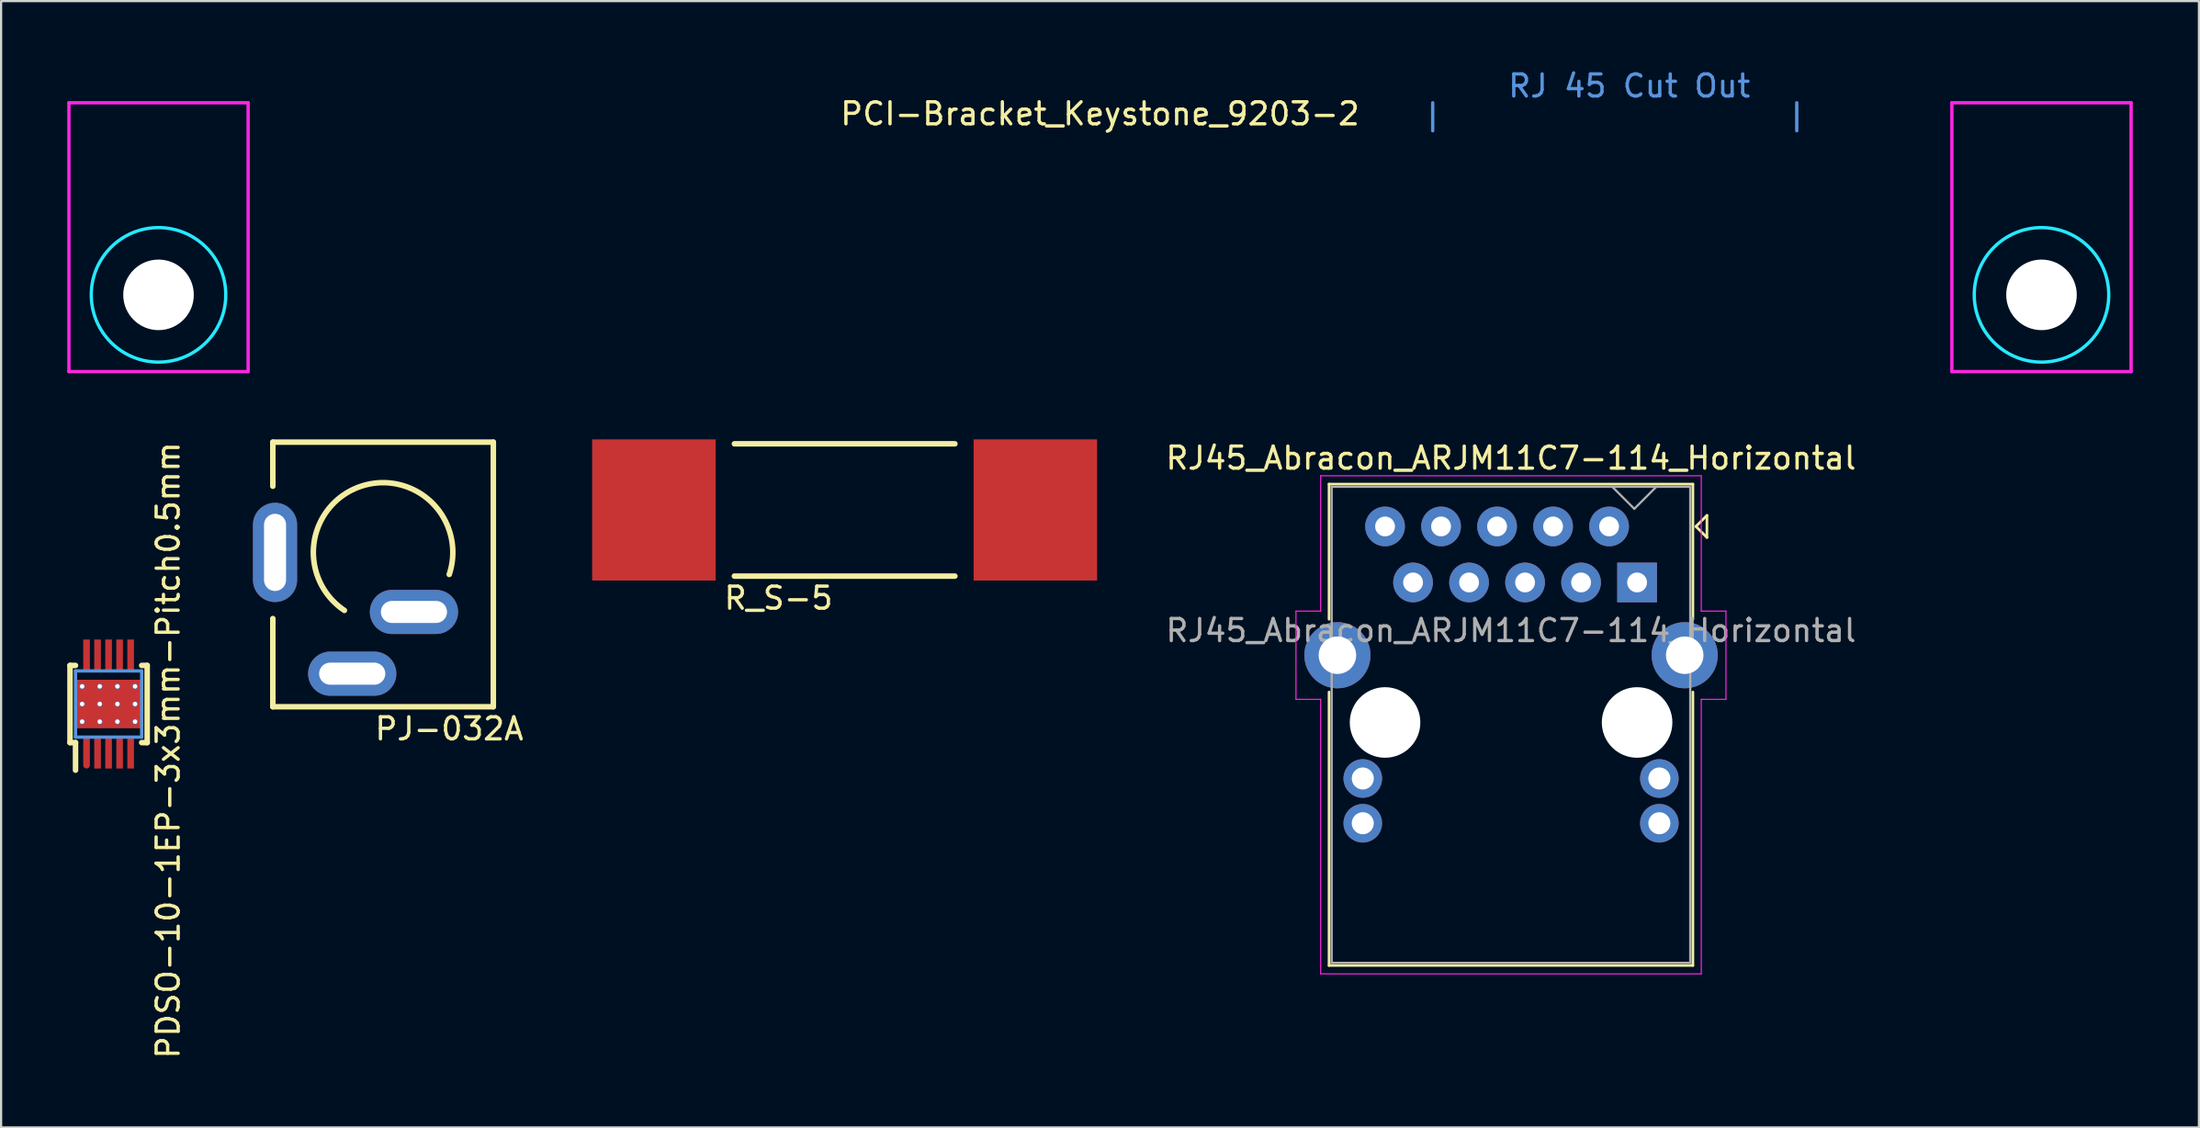
<source format=kicad_pcb>
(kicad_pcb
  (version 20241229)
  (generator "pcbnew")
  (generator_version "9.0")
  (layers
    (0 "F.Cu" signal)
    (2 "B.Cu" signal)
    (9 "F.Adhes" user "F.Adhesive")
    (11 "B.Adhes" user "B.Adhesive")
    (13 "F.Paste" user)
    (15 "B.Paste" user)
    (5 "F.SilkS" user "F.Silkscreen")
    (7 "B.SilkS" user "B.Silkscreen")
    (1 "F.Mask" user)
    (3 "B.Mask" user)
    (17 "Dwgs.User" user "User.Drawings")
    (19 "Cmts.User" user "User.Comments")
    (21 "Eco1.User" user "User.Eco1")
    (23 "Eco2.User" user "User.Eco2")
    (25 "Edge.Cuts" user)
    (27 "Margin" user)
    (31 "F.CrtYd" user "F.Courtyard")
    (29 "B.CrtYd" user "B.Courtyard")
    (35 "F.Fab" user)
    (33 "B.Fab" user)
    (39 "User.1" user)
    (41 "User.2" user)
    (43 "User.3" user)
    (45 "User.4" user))
  (footprint "PCI-Bracket_Keystone_9203-2"
    (layer "F.Cu")
    (at 46.836 1.61)
    (property "Reference" "PCI-Bracket_Keystone_9203-2" (at 0 0.5 0) (layer "F.SilkS") (effects (font (size 1 1) (thickness 0.15))))
    (attr through_hole)
    (fp_line (start 15.088 0) (end 15.088 1.27) (stroke (width 0.15) (type solid)) (layer "Cmts.User"))
    (fp_line (start 31.598 0) (end 31.598 1.27) (stroke (width 0.15) (type solid)) (layer "Cmts.User"))
    (fp_circle (center -42.697 8.712) (end -39.647 8.712) (stroke (width 0.15) (type solid)) (fill no) (layer "B.CrtYd"))
    (fp_circle (center 42.697 8.712) (end 45.747 8.712) (stroke (width 0.15) (type solid)) (fill no) (layer "B.CrtYd"))
    (fp_line (start -46.761 0) (end -46.761 12.192) (stroke (width 0.15) (type solid)) (layer "F.CrtYd"))
    (fp_line (start -46.761 0) (end -38.633 0) (stroke (width 0.15) (type solid)) (layer "F.CrtYd"))
    (fp_line (start -46.761 12.192) (end -38.633 12.192) (stroke (width 0.15) (type solid)) (layer "F.CrtYd"))
    (fp_line (start -38.633 12.192) (end -38.633 0) (stroke (width 0.15) (type solid)) (layer "F.CrtYd"))
    (fp_line (start 38.633 0) (end 38.633 12.192) (stroke (width 0.15) (type solid)) (layer "F.CrtYd"))
    (fp_line (start 38.633 0) (end 46.761 0) (stroke (width 0.15) (type solid)) (layer "F.CrtYd"))
    (fp_line (start 38.633 12.192) (end 46.761 12.192) (stroke (width 0.15) (type solid)) (layer "F.CrtYd"))
    (fp_line (start 46.761 12.192) (end 46.761 0) (stroke (width 0.15) (type solid)) (layer "F.CrtYd"))
    (fp_text user "RJ 45 Cut Out" (at 24.003 -0.762 0) (layer "Cmts.User") (effects (font (size 1 1) (thickness 0.15))))
    (pad "" np_thru_hole circle (at -42.697 8.712) (size 3.2 3.2) (drill 3.2) (layers "*.Cu" "*.Mask"))
    (pad "" np_thru_hole circle (at 42.697 8.712) (size 3.2 3.2) (drill 3.2) (layers "*.Cu" "*.Mask")))
  (footprint "R_S-5"
    (layer "F.Cu")
    (at 35.255 20.077)
    (property "Reference" "R_S-5" (at -3 4 0) (layer "F.SilkS") (effects (font (size 1 1) (thickness 0.15))))
    (attr through_hole)
    (fp_line (start -5 -3) (end 5 -3) (stroke (width 0.25) (type solid)) (layer "F.SilkS"))
    (fp_line (start -5 3) (end 5 3) (stroke (width 0.25) (type solid)) (layer "F.SilkS"))
    (pad "1" smd rect (at -8.65 0) (size 5.6 6.4) (layers "F.Cu" "F.Mask" "F.Paste"))
    (pad "2" smd rect (at 8.65 0) (size 5.6 6.4) (layers "F.Cu" "F.Mask" "F.Paste")))
  (footprint "PDSO-10-1EP-3x3mm-Pitch0.5mm"
    (placed yes)
    (layer "F.Cu")
    (at 1.875 28.878)
    (property "Reference" "PDSO-10-1EP-3x3mm-Pitch0.5mm" (at 2.7 2.1 90) (layer "F.SilkS") (effects (font (size 1 1) (thickness 0.15))))
    (attr through_hole)
    (fp_line (start -1.75 -1.75) (end -1.75 1.75) (stroke (width 0.25) (type solid)) (layer "F.SilkS"))
    (fp_line (start -1.75 1.75) (end -1.5 1.75) (stroke (width 0.25) (type solid)) (layer "F.SilkS"))
    (fp_line (start -1.5 -1.75) (end -1.75 -1.75) (stroke (width 0.25) (type solid)) (layer "F.SilkS"))
    (fp_line (start -1.5 1.75) (end -1.5 3) (stroke (width 0.25) (type solid)) (layer "F.SilkS"))
    (fp_line (start 1.5 -1.75) (end 1.75 -1.75) (stroke (width 0.25) (type solid)) (layer "F.SilkS"))
    (fp_line (start 1.75 -1.75) (end 1.75 1.75) (stroke (width 0.25) (type solid)) (layer "F.SilkS"))
    (fp_line (start 1.75 1.75) (end 1.5 1.75) (stroke (width 0.25) (type solid)) (layer "F.SilkS"))
    (fp_line (start -1.5 -1.5) (end 1.5 -1.5) (stroke (width 0.15) (type solid)) (layer "Cmts.User"))
    (fp_line (start -1.5 1.5) (end -1.5 -1.5) (stroke (width 0.15) (type solid)) (layer "Cmts.User"))
    (fp_line (start 1.5 -1.5) (end 1.5 1.5) (stroke (width 0.15) (type solid)) (layer "Cmts.User"))
    (fp_line (start 1.5 1.5) (end -1.5 1.5) (stroke (width 0.15) (type solid)) (layer "Cmts.User"))
    (pad "1" smd oval (at -1 2.2) (size 0.3 1.45) (layers "F.Cu" "F.Mask" "F.Paste"))
    (pad "2" smd rect (at -0.5 2.2) (size 0.3 1.45) (layers "F.Cu" "F.Mask" "F.Paste"))
    (pad "3" smd rect (at 0 2.2) (size 0.3 1.45) (layers "F.Cu" "F.Mask" "F.Paste"))
    (pad "4" smd rect (at 0.5 2.2) (size 0.3 1.45) (layers "F.Cu" "F.Mask" "F.Paste"))
    (pad "5" smd rect (at 1 2.2) (size 0.3 1.45) (layers "F.Cu" "F.Mask" "F.Paste"))
    (pad "6" smd rect (at 1 -2.2) (size 0.3 1.45) (layers "F.Cu" "F.Mask" "F.Paste"))
    (pad "7" smd rect (at 0.5 -2.2) (size 0.3 1.45) (layers "F.Cu" "F.Mask" "F.Paste"))
    (pad "8" smd rect (at 0 -2.2) (size 0.3 1.45) (layers "F.Cu" "F.Mask" "F.Paste"))
    (pad "9" smd rect (at -0.5 -2.2) (size 0.3 1.45) (layers "F.Cu" "F.Mask" "F.Paste"))
    (pad "10" smd rect (at -1 -2.2) (size 0.3 1.45) (layers "F.Cu" "F.Mask" "F.Paste"))
    (pad "11" thru_hole circle (at -1.2 -0.8) (size 0.25 0.25) (drill 0.2) (layers "*.Cu"))
    (pad "11" thru_hole circle (at -1.2 0) (size 0.25 0.25) (drill 0.2) (layers "*.Cu"))
    (pad "11" thru_hole circle (at -1.2 0.8) (size 0.25 0.25) (drill 0.2) (layers "*.Cu"))
    (pad "11" thru_hole circle (at -0.4 -0.8) (size 0.25 0.25) (drill 0.2) (layers "*.Cu"))
    (pad "11" thru_hole circle (at -0.4 0) (size 0.25 0.25) (drill 0.2) (layers "*.Cu"))
    (pad "11" thru_hole circle (at -0.4 0.8) (size 0.25 0.25) (drill 0.2) (layers "*.Cu"))
    (pad "11" smd rect (at 0 0) (size 1.89 1.83) (layers "F.Cu" "F.Mask" "F.Paste"))
    (pad "11" smd rect (at 0 0) (size 3.1 2.2) (layers "F.Cu"))
    (pad "11" thru_hole circle (at 0.4 -0.8) (size 0.25 0.25) (drill 0.2) (layers "*.Cu"))
    (pad "11" thru_hole circle (at 0.4 0) (size 0.25 0.25) (drill 0.2) (layers "*.Cu"))
    (pad "11" thru_hole circle (at 0.4 0.8) (size 0.25 0.25) (drill 0.2) (layers "*.Cu"))
    (pad "11" thru_hole circle (at 1.2 -0.8) (size 0.25 0.25) (drill 0.2) (layers "*.Cu"))
    (pad "11" thru_hole circle (at 1.2 0) (size 0.25 0.25) (drill 0.2) (layers "*.Cu"))
    (pad "11" thru_hole circle (at 1.2 0.8) (size 0.25 0.25) (drill 0.2) (layers "*.Cu")))
  (footprint "RJ45_Abracon_ARJM11C7-114_Horizontal"
    (layer "F.Cu")
    (at 65.478 29.715)
    (property "Reference" "RJ45_Abracon_ARJM11C7-114_Horizontal" (at -0.005 -11.99 0) (layer "F.SilkS") (effects (font (size 1 1) (thickness 0.15))))
    (attr through_hole)
    (fp_line (start -8.255 -10.81) (end -8.255 -4.68) (stroke (width 0.12) (type solid)) (layer "F.SilkS"))
    (fp_line (start -8.255 -10.81) (end 8.245 -10.81) (stroke (width 0.12) (type solid)) (layer "F.SilkS"))
    (fp_line (start -8.255 -1.38) (end -8.255 11.02) (stroke (width 0.12) (type solid)) (layer "F.SilkS"))
    (fp_line (start -8.255 11.02) (end 8.245 11.02) (stroke (width 0.12) (type solid)) (layer "F.SilkS"))
    (fp_line (start 8.245 -10.81) (end 8.245 -4.68) (stroke (width 0.12) (type solid)) (layer "F.SilkS"))
    (fp_line (start 8.245 -1.38) (end 8.245 11.02) (stroke (width 0.12) (type solid)) (layer "F.SilkS"))
    (fp_line (start 8.382 -8.89) (end 8.882 -8.39) (stroke (width 0.12) (type solid)) (layer "F.SilkS"))
    (fp_line (start 8.882 -9.39) (end 8.382 -8.89) (stroke (width 0.12) (type solid)) (layer "F.SilkS"))
    (fp_line (start 8.882 -8.39) (end 8.882 -9.39) (stroke (width 0.12) (type solid)) (layer "F.SilkS"))
    (fp_line (start -9.755 -5.05) (end -9.755 -1.05) (stroke (width 0.05) (type solid)) (layer "F.CrtYd"))
    (fp_line (start -9.755 -1.05) (end -8.635 -1.05) (stroke (width 0.05) (type solid)) (layer "F.CrtYd"))
    (fp_line (start -8.635 -11.19) (end -8.635 -5.05) (stroke (width 0.05) (type solid)) (layer "F.CrtYd"))
    (fp_line (start -8.635 -11.19) (end 8.625 -11.19) (stroke (width 0.05) (type solid)) (layer "F.CrtYd"))
    (fp_line (start -8.635 -5.05) (end -9.755 -5.05) (stroke (width 0.05) (type solid)) (layer "F.CrtYd"))
    (fp_line (start -8.635 -1.05) (end -8.635 11.4) (stroke (width 0.05) (type solid)) (layer "F.CrtYd"))
    (fp_line (start -8.635 11.4) (end 8.625 11.4) (stroke (width 0.05) (type solid)) (layer "F.CrtYd"))
    (fp_line (start 8.625 -11.19) (end 8.625 -5.05) (stroke (width 0.05) (type solid)) (layer "F.CrtYd"))
    (fp_line (start 8.625 -1.05) (end 8.625 11.4) (stroke (width 0.05) (type solid)) (layer "F.CrtYd"))
    (fp_line (start 8.625 -1.05) (end 9.745 -1.05) (stroke (width 0.05) (type solid)) (layer "F.CrtYd"))
    (fp_line (start 9.745 -5.05) (end 8.625 -5.05) (stroke (width 0.05) (type solid)) (layer "F.CrtYd"))
    (fp_line (start 9.745 -5.05) (end 9.745 -1.05) (stroke (width 0.05) (type solid)) (layer "F.CrtYd"))
    (fp_line (start -8.135 -10.69) (end 8.125 -10.69) (stroke (width 0.1) (type solid)) (layer "F.Fab"))
    (fp_line (start -8.135 10.9) (end -8.135 -10.69) (stroke (width 0.1) (type solid)) (layer "F.Fab"))
    (fp_line (start 5.588 -9.69) (end 4.588 -10.69) (stroke (width 0.1) (type default)) (layer "F.Fab"))
    (fp_line (start 6.588 -10.69) (end 5.588 -9.69) (stroke (width 0.1) (type default)) (layer "F.Fab"))
    (fp_line (start 8.125 -10.69) (end 8.125 10.9) (stroke (width 0.1) (type solid)) (layer "F.Fab"))
    (fp_line (start 8.125 10.9) (end -8.135 10.9) (stroke (width 0.1) (type solid)) (layer "F.Fab"))
    (fp_text user "${REFERENCE}" (at -0.005 -4.17 0) (layer "F.Fab") (effects (font (size 1 1) (thickness 0.15))))
    (pad "" np_thru_hole circle (at -5.715 0) (size 3.2 3.2) (drill 3.2) (layers "*.Cu" "*.Mask"))
    (pad "" np_thru_hole circle (at 5.715 0) (size 3.2 3.2) (drill 3.2) (layers "*.Cu" "*.Mask"))
    (pad "1" thru_hole rect (at 5.715 -6.35) (size 1.8 1.8) (drill 0.9) (layers "*.Cu" "*.Mask"))
    (pad "2" thru_hole circle (at 4.445 -8.89) (size 1.8 1.8) (drill 0.9) (layers "*.Cu" "*.Mask"))
    (pad "3" thru_hole circle (at 3.175 -6.35) (size 1.8 1.8) (drill 0.9) (layers "*.Cu" "*.Mask"))
    (pad "4" thru_hole circle (at 1.905 -8.89) (size 1.8 1.8) (drill 0.9) (layers "*.Cu" "*.Mask"))
    (pad "5" thru_hole circle (at 0.635 -6.35) (size 1.8 1.8) (drill 0.9) (layers "*.Cu" "*.Mask"))
    (pad "6" thru_hole circle (at -0.635 -8.89) (size 1.8 1.8) (drill 0.9) (layers "*.Cu" "*.Mask"))
    (pad "7" thru_hole circle (at -1.905 -6.35) (size 1.8 1.8) (drill 0.9) (layers "*.Cu" "*.Mask"))
    (pad "8" thru_hole circle (at -3.175 -8.89) (size 1.8 1.8) (drill 0.9) (layers "*.Cu" "*.Mask"))
    (pad "9" thru_hole circle (at -4.445 -6.35) (size 1.8 1.8) (drill 0.9) (layers "*.Cu" "*.Mask"))
    (pad "10" thru_hole circle (at -5.715 -8.89) (size 1.8 1.8) (drill 0.9) (layers "*.Cu" "*.Mask"))
    (pad "11" thru_hole circle (at 6.725 2.54) (size 1.75 1.75) (drill 1) (layers "*.Cu" "*.Mask"))
    (pad "12" thru_hole circle (at 6.725 4.57) (size 1.75 1.75) (drill 1) (layers "*.Cu" "*.Mask"))
    (pad "13" thru_hole circle (at -6.725 2.54) (size 1.75 1.75) (drill 1) (layers "*.Cu" "*.Mask"))
    (pad "14" thru_hole circle (at -6.725 4.57) (size 1.75 1.75) (drill 1) (layers "*.Cu" "*.Mask"))
    (pad "SH" thru_hole circle (at -7.875 -3.05) (size 3 3) (drill 1.7) (layers "*.Cu" "*.Mask"))
    (pad "SH" thru_hole circle (at 7.875 -3.05) (size 3 3) (drill 1.7) (layers "*.Cu" "*.Mask")))
  (footprint "PJ-032A"
    (layer "F.Cu")
    (at 14.323 22.002)
    (property "Reference" "PJ-032A" (at 3 8 0) (layer "F.SilkS") (effects (font (size 1 1) (thickness 0.15))))
    (attr through_hole)
    (fp_line (start -5 -5) (end -5 -3) (stroke (width 0.25) (type solid)) (layer "F.SilkS"))
    (fp_line (start -5 -5) (end 5 -5) (stroke (width 0.25) (type solid)) (layer "F.SilkS"))
    (fp_line (start -5 7) (end -5 3) (stroke (width 0.25) (type solid)) (layer "F.SilkS"))
    (fp_line (start 5 -5) (end 5 7) (stroke (width 0.25) (type solid)) (layer "F.SilkS"))
    (fp_line (start 5 7) (end -5 7) (stroke (width 0.25) (type solid)) (layer "F.SilkS"))
    (fp_arc (start -1.754116 2.631174) (mid -1.026274 -2.991114) (end 3 1) (stroke (width 0.25) (type solid)) (layer "F.SilkS"))
    (pad "1" thru_hole oval (at -4.9 0) (size 2 4.5) (drill oval 1 3.5) (layers "*.Cu" "*.Mask"))
    (pad "2" thru_hole oval (at -1.4 5.5) (size 4 2) (drill oval 3 1) (layers "*.Cu" "*.Mask"))
    (pad "3" thru_hole oval (at 1.4 2.7) (size 4 2) (drill oval 3 1) (layers "*.Cu" "*.Mask")))
  (gr_rect
    (start -3 -3)
    (end 96.673 48.08)
    (stroke (width 0.1) (type default))
    (fill no)
    (layer "Edge.Cuts")))
</source>
